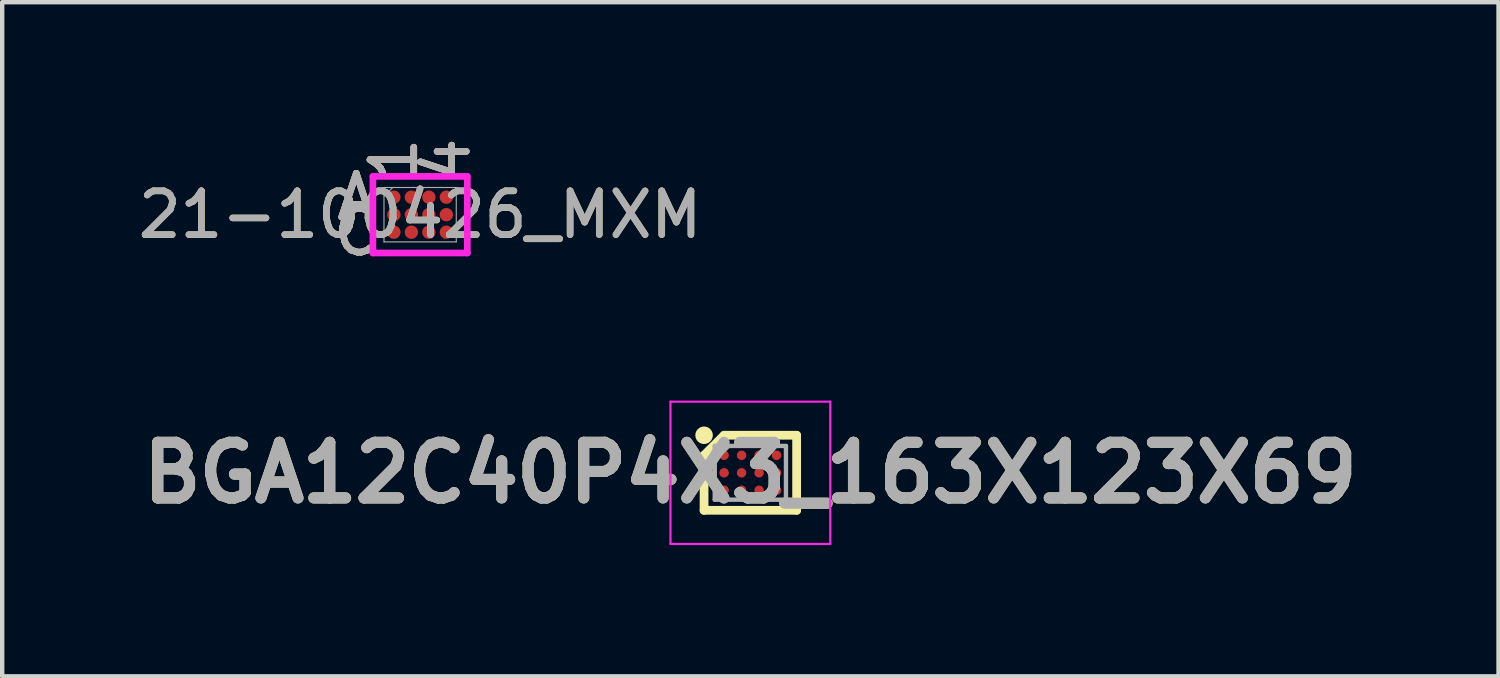
<source format=kicad_pcb>
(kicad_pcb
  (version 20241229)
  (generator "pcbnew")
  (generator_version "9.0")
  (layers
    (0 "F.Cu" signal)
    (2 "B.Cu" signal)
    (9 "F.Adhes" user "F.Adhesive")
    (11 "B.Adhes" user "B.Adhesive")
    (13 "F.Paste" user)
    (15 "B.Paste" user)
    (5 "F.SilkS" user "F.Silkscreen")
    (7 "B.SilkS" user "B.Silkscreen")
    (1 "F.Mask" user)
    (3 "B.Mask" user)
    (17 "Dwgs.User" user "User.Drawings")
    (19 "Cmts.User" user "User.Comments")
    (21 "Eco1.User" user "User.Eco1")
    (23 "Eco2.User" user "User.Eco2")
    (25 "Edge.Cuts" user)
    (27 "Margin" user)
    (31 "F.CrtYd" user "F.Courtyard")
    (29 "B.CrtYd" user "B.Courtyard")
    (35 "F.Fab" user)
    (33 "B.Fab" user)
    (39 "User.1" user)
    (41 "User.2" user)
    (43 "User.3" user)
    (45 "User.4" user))
  (footprint "21-100426_MXM"
    (layer "F.Cu")
    (at 6.554 1.858)
    (property "Reference" "21-100426_MXM" (at 0 0 0) (unlocked yes) (layer "F.SilkS") (effects (font (size 1 1) (thickness 0.15))))
    (attr smd)
    (fp_poly (pts (xy -1.244 -1.045) (xy 1.244 -1.045) (xy 1.244 1.045) (xy -1.244 1.045)) (stroke (width 0.1) (type solid)) (fill no) (layer "Eco2.User"))
    (fp_line (start -1.079 -0.876) (end 1.079 -0.876) (stroke (width 0.152) (type solid)) (layer "F.CrtYd"))
    (fp_line (start -1.079 0.876) (end -1.079 -0.876) (stroke (width 0.152) (type solid)) (layer "F.CrtYd"))
    (fp_line (start 1.079 -0.876) (end 1.079 0.876) (stroke (width 0.152) (type solid)) (layer "F.CrtYd"))
    (fp_line (start 1.079 0.876) (end -1.079 0.876) (stroke (width 0.152) (type solid)) (layer "F.CrtYd"))
    (fp_line (start -0.826 -0.622) (end -0.826 0.622) (stroke (width 0.025) (type solid)) (layer "F.Fab"))
    (fp_line (start -0.826 0.622) (end 0.826 0.622) (stroke (width 0.025) (type solid)) (layer "F.Fab"))
    (fp_line (start -0.625 -0.622) (end -0.826 -0.422) (stroke (width 0.025) (type solid)) (layer "F.Fab"))
    (fp_line (start 0.826 -0.622) (end -0.826 -0.622) (stroke (width 0.025) (type solid)) (layer "F.Fab"))
    (fp_line (start 0.826 0.622) (end 0.826 -0.622) (stroke (width 0.025) (type solid)) (layer "F.Fab"))
    (fp_text user "C" (at -1.46 0.4 0) (unlocked yes) (layer "F.SilkS") (effects (font (size 1 1) (thickness 0.15))))
    (fp_text user "1" (at -0.6 -1.257 90) (unlocked yes) (layer "F.SilkS") (effects (font (size 1 1) (thickness 0.15))))
    (fp_text user "4" (at 0.6 -1.257 90) (unlocked yes) (layer "F.SilkS") (effects (font (size 1 1) (thickness 0.15))))
    (fp_text user "A" (at -1.46 -0.4 0) (unlocked yes) (layer "F.SilkS") (effects (font (size 1 1) (thickness 0.15))))
    (fp_text user "C" (at -1.46 0.4 0) (unlocked yes) (layer "B.SilkS") (effects (font (size 1 1) (thickness 0.15))))
    (fp_text user "A" (at -1.46 -0.4 0) (unlocked yes) (layer "B.SilkS") (effects (font (size 1 1) (thickness 0.15))))
    (fp_text user "1" (at -0.6 -1.257 90) (unlocked yes) (layer "B.SilkS") (effects (font (size 1 1) (thickness 0.15))))
    (fp_text user "4" (at 0.6 -1.257 90) (unlocked yes) (layer "B.SilkS") (effects (font (size 1 1) (thickness 0.15))))
    (fp_text user "C" (at -1.46 0.4 0) (unlocked yes) (layer "F.Fab") (effects (font (size 1 1) (thickness 0.15))))
    (fp_text user "1" (at -0.6 -1.257 90) (unlocked yes) (layer "F.Fab") (effects (font (size 1 1) (thickness 0.15))))
    (fp_text user "A" (at -1.46 -0.4 0) (unlocked yes) (layer "F.Fab") (effects (font (size 1 1) (thickness 0.15))))
    (fp_text user "${REFERENCE}" (at 0 0 0) (unlocked yes) (layer "F.Fab") (effects (font (size 1 1) (thickness 0.15))))
    (fp_text user "4" (at 0.6 -1.257 90) (unlocked yes) (layer "F.Fab") (effects (font (size 1 1) (thickness 0.15))))
    (pad "A1" smd circle (at -0.6 -0.4) (size 0.305 0.305) (layers "F.Cu" "F.Mask" "F.Paste"))
    (pad "A2" smd circle (at -0.2 -0.4) (size 0.305 0.305) (layers "F.Cu" "F.Mask" "F.Paste"))
    (pad "A3" smd circle (at 0.2 -0.4) (size 0.305 0.305) (layers "F.Cu" "F.Mask" "F.Paste"))
    (pad "A4" smd circle (at 0.6 -0.4) (size 0.305 0.305) (layers "F.Cu" "F.Mask" "F.Paste"))
    (pad "B1" smd circle (at -0.6 0) (size 0.305 0.305) (layers "F.Cu" "F.Mask" "F.Paste"))
    (pad "B2" smd circle (at -0.2 0) (size 0.305 0.305) (layers "F.Cu" "F.Mask" "F.Paste"))
    (pad "B3" smd circle (at 0.2 0) (size 0.305 0.305) (layers "F.Cu" "F.Mask" "F.Paste"))
    (pad "B4" smd circle (at 0.6 0) (size 0.305 0.305) (layers "F.Cu" "F.Mask" "F.Paste"))
    (pad "C1" smd circle (at -0.6 0.4) (size 0.305 0.305) (layers "F.Cu" "F.Mask" "F.Paste"))
    (pad "C2" smd circle (at -0.2 0.4) (size 0.305 0.305) (layers "F.Cu" "F.Mask" "F.Paste"))
    (pad "C3" smd circle (at 0.2 0.4) (size 0.305 0.305) (layers "F.Cu" "F.Mask" "F.Paste"))
    (pad "C4" smd circle (at 0.6 0.4) (size 0.305 0.305) (layers "F.Cu" "F.Mask" "F.Paste")))
  (footprint "BGA12C40P4X3_163X123X69"
    (layer "F.Cu")
    (at 14.103 7.758)
    (property "Reference" "BGA12C40P4X3_163X123X69" (at 0 0 0) (layer "F.SilkS") (effects (font (size 1.27 1.27) (thickness 0.254))))
    (attr smd)
    (fp_line (start -1.058 -0.4) (end -0.6 -0.858) (stroke (width 0.2) (type solid)) (layer "F.SilkS"))
    (fp_line (start -1.058 0.858) (end -1.058 -0.4) (stroke (width 0.2) (type solid)) (layer "F.SilkS"))
    (fp_line (start -0.6 -0.858) (end 1.058 -0.858) (stroke (width 0.2) (type solid)) (layer "F.SilkS"))
    (fp_line (start 1.058 -0.858) (end 1.058 0.858) (stroke (width 0.2) (type solid)) (layer "F.SilkS"))
    (fp_line (start 1.058 0.858) (end -1.058 0.858) (stroke (width 0.2) (type solid)) (layer "F.SilkS"))
    (fp_circle (center -1.058 -0.858) (end -1.058 -0.758) (stroke (width 0.2) (type solid)) (fill no) (layer "F.SilkS"))
    (fp_line (start -1.826 -1.626) (end 1.827 -1.626) (stroke (width 0.05) (type solid)) (layer "F.CrtYd"))
    (fp_line (start -1.826 1.627) (end -1.826 -1.626) (stroke (width 0.05) (type solid)) (layer "F.CrtYd"))
    (fp_line (start 1.827 -1.626) (end 1.827 1.627) (stroke (width 0.05) (type solid)) (layer "F.CrtYd"))
    (fp_line (start 1.827 1.627) (end -1.826 1.627) (stroke (width 0.05) (type solid)) (layer "F.CrtYd"))
    (fp_line (start -0.814 -0.614) (end 0.814 -0.614) (stroke (width 0.1) (type solid)) (layer "F.Fab"))
    (fp_line (start -0.814 -0.301) (end -0.501 -0.614) (stroke (width 0.1) (type solid)) (layer "F.Fab"))
    (fp_line (start -0.814 0.614) (end -0.814 -0.614) (stroke (width 0.1) (type solid)) (layer "F.Fab"))
    (fp_line (start 0.814 -0.614) (end 0.814 0.614) (stroke (width 0.1) (type solid)) (layer "F.Fab"))
    (fp_line (start 0.814 0.614) (end -0.814 0.614) (stroke (width 0.1) (type solid)) (layer "F.Fab"))
    (fp_text user "${REFERENCE}" (at 0 0 0) (layer "F.Fab") (effects (font (size 1.27 1.27) (thickness 0.254))))
    (pad "A1" smd circle (at -0.6 -0.4 90) (size 0.216 0.216) (layers "F.Cu" "F.Mask" "F.Paste"))
    (pad "A2" smd circle (at -0.2 -0.4 90) (size 0.216 0.216) (layers "F.Cu" "F.Mask" "F.Paste"))
    (pad "A3" smd circle (at 0.2 -0.4 90) (size 0.216 0.216) (layers "F.Cu" "F.Mask" "F.Paste"))
    (pad "A4" smd circle (at 0.6 -0.4 90) (size 0.216 0.216) (layers "F.Cu" "F.Mask" "F.Paste"))
    (pad "B1" smd circle (at -0.6 0 90) (size 0.216 0.216) (layers "F.Cu" "F.Mask" "F.Paste"))
    (pad "B2" smd circle (at -0.2 0 90) (size 0.216 0.216) (layers "F.Cu" "F.Mask" "F.Paste"))
    (pad "B3" smd circle (at 0.2 0 90) (size 0.216 0.216) (layers "F.Cu" "F.Mask" "F.Paste"))
    (pad "B4" smd circle (at 0.6 0 90) (size 0.216 0.216) (layers "F.Cu" "F.Mask" "F.Paste"))
    (pad "C1" smd circle (at -0.6 0.4 90) (size 0.216 0.216) (layers "F.Cu" "F.Mask" "F.Paste"))
    (pad "C2" smd circle (at -0.2 0.4 90) (size 0.216 0.216) (layers "F.Cu" "F.Mask" "F.Paste"))
    (pad "C3" smd circle (at 0.2 0.4 90) (size 0.216 0.216) (layers "F.Cu" "F.Mask" "F.Paste"))
    (pad "C4" smd circle (at 0.6 0.4 90) (size 0.216 0.216) (layers "F.Cu" "F.Mask" "F.Paste")))
  (gr_rect
    (start -3 -3)
    (end 31.206 12.41)
    (stroke (width 0.1) (type default))
    (fill no)
    (layer "Edge.Cuts")))
</source>
